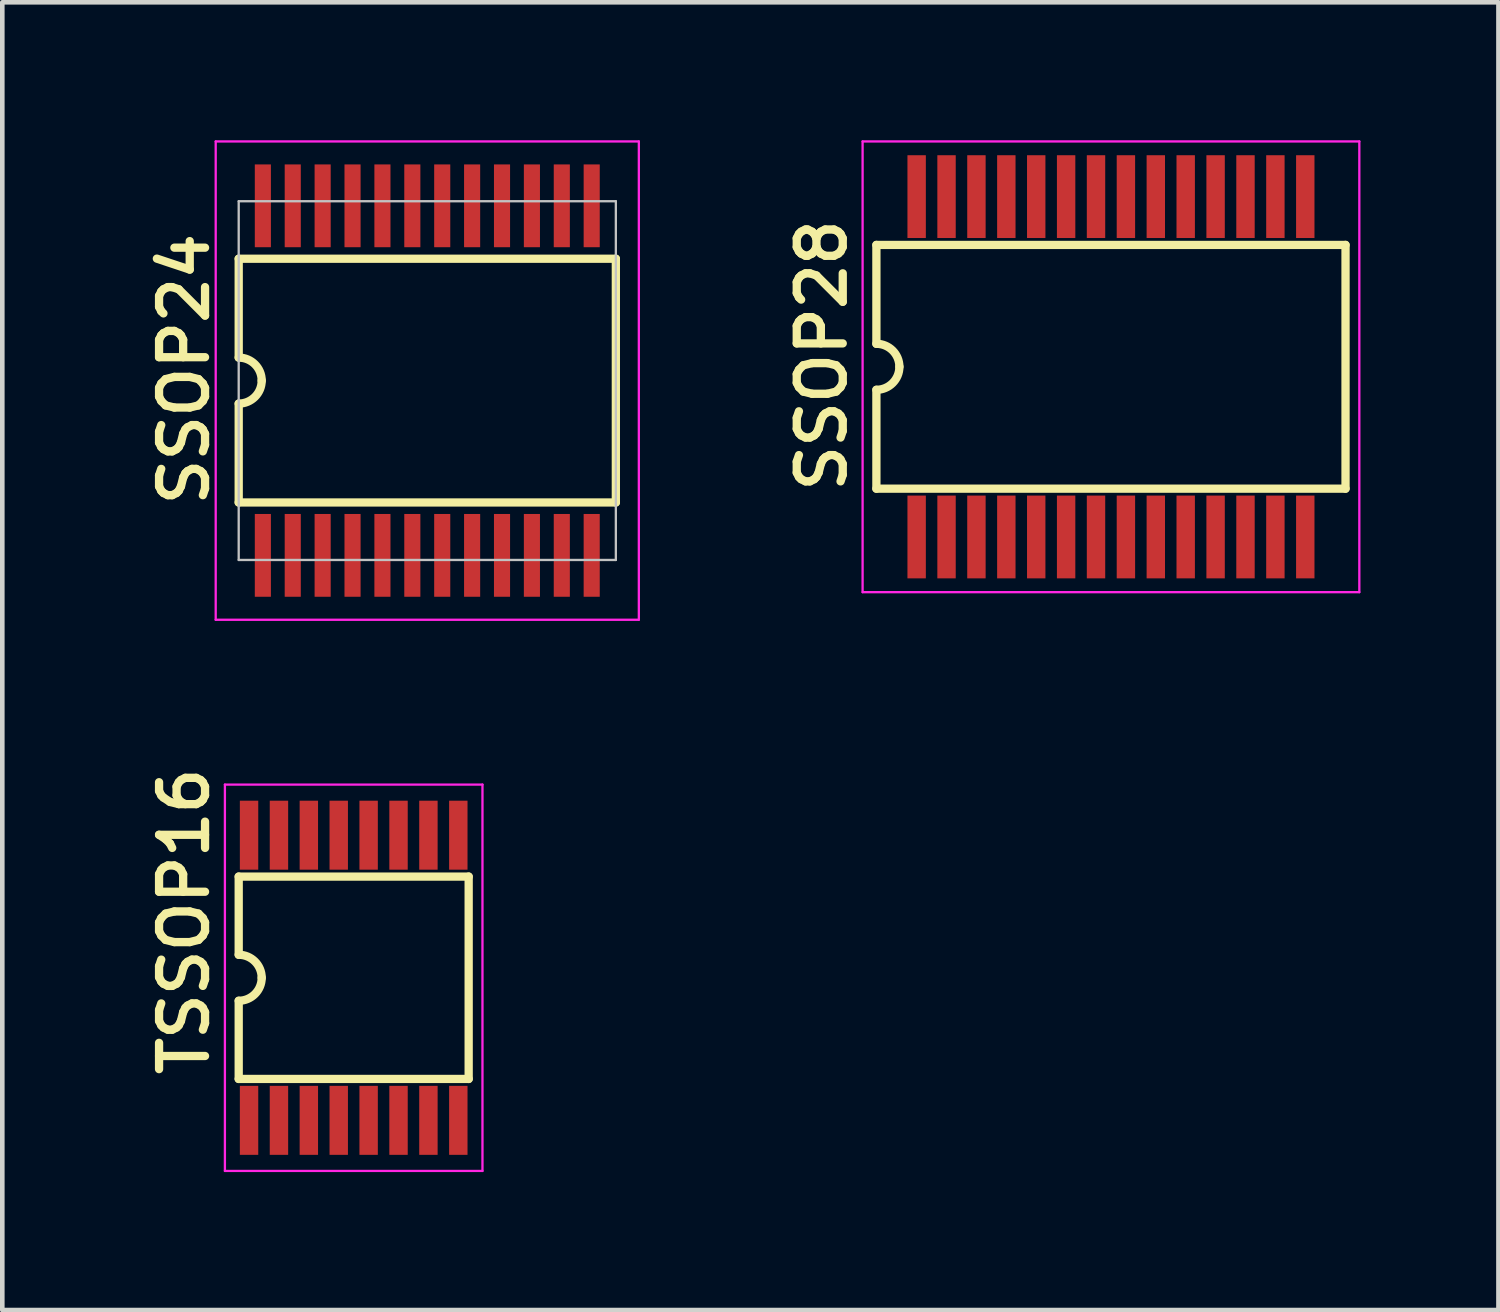
<source format=kicad_pcb>
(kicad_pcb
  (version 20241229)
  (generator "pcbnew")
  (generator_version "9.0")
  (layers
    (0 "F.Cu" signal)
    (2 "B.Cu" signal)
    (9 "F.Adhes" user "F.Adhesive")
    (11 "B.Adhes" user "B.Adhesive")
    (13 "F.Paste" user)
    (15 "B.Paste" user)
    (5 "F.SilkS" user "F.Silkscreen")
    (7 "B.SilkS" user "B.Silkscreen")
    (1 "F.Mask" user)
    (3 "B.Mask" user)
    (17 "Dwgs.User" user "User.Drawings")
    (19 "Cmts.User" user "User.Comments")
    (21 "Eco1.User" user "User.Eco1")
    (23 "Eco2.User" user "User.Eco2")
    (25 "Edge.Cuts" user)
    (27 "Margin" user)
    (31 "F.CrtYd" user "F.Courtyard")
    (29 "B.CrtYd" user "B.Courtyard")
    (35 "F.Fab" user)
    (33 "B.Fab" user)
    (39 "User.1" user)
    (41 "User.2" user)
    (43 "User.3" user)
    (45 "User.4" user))
  (footprint "SSOP28"
    (layer "F.Cu")
    (at 21.105 4.925)
    (property "Reference" "SSOP28" (at -5.7 2.8 90) (layer "F.SilkS") (effects (font (size 1 1) (thickness 0.18)) (justify left bottom)))
    (attr through_hole)
    (fp_line (start -5.1 -2.65) (end 5.1 -2.65) (stroke (width 0.18) (type solid)) (layer "F.SilkS"))
    (fp_line (start -5.1 -0.5) (end -5.1 -2.65) (stroke (width 0.18) (type solid)) (layer "F.SilkS"))
    (fp_line (start -5.1 0.5) (end -5.1 2.65) (stroke (width 0.18) (type solid)) (layer "F.SilkS"))
    (fp_line (start 5.1 -2.65) (end 5.1 2.65) (stroke (width 0.18) (type solid)) (layer "F.SilkS"))
    (fp_line (start 5.1 2.65) (end -5.1 2.65) (stroke (width 0.18) (type solid)) (layer "F.SilkS"))
    (fp_arc (start -5.1 -0.5) (mid -4.746447 -0.353553) (end -4.6 0) (stroke (width 0.18) (type solid)) (layer "F.SilkS"))
    (fp_arc (start -4.6 0) (mid -4.746447 0.353553) (end -5.1 0.5) (stroke (width 0.18) (type solid)) (layer "F.SilkS"))
    (fp_line (start -5.4 -4.9) (end 5.4 -4.9) (stroke (width 0.05) (type solid)) (layer "F.CrtYd"))
    (fp_line (start -5.4 4.9) (end -5.4 -4.9) (stroke (width 0.05) (type solid)) (layer "F.CrtYd"))
    (fp_line (start 5.4 -4.9) (end 5.4 4.9) (stroke (width 0.05) (type solid)) (layer "F.CrtYd"))
    (fp_line (start 5.4 4.9) (end -5.4 4.9) (stroke (width 0.05) (type solid)) (layer "F.CrtYd"))
    (pad "1" smd rect (at -4.225 3.7) (size 0.4 1.8) (layers "F.Cu" "F.Mask" "F.Paste"))
    (pad "2" smd rect (at -3.575 3.7) (size 0.4 1.8) (layers "F.Cu" "F.Mask" "F.Paste"))
    (pad "3" smd rect (at -2.925 3.7) (size 0.4 1.8) (layers "F.Cu" "F.Mask" "F.Paste"))
    (pad "4" smd rect (at -2.275 3.7) (size 0.4 1.8) (layers "F.Cu" "F.Mask" "F.Paste"))
    (pad "5" smd rect (at -1.625 3.7) (size 0.4 1.8) (layers "F.Cu" "F.Mask" "F.Paste"))
    (pad "6" smd rect (at -0.975 3.7) (size 0.4 1.8) (layers "F.Cu" "F.Mask" "F.Paste"))
    (pad "7" smd rect (at -0.325 3.7) (size 0.4 1.8) (layers "F.Cu" "F.Mask" "F.Paste"))
    (pad "8" smd rect (at 0.325 3.7) (size 0.4 1.8) (layers "F.Cu" "F.Mask" "F.Paste"))
    (pad "9" smd rect (at 0.975 3.7) (size 0.4 1.8) (layers "F.Cu" "F.Mask" "F.Paste"))
    (pad "10" smd rect (at 1.625 3.7) (size 0.4 1.8) (layers "F.Cu" "F.Mask" "F.Paste"))
    (pad "11" smd rect (at 2.275 3.7) (size 0.4 1.8) (layers "F.Cu" "F.Mask" "F.Paste"))
    (pad "12" smd rect (at 2.925 3.7) (size 0.4 1.8) (layers "F.Cu" "F.Mask" "F.Paste"))
    (pad "13" smd rect (at 3.575 3.7) (size 0.4 1.8) (layers "F.Cu" "F.Mask" "F.Paste"))
    (pad "14" smd rect (at 4.225 3.7) (size 0.4 1.8) (layers "F.Cu" "F.Mask" "F.Paste"))
    (pad "15" smd rect (at 4.225 -3.7) (size 0.4 1.8) (layers "F.Cu" "F.Mask" "F.Paste"))
    (pad "16" smd rect (at 3.575 -3.7) (size 0.4 1.8) (layers "F.Cu" "F.Mask" "F.Paste"))
    (pad "17" smd rect (at 2.925 -3.7) (size 0.4 1.8) (layers "F.Cu" "F.Mask" "F.Paste"))
    (pad "18" smd rect (at 2.275 -3.7) (size 0.4 1.8) (layers "F.Cu" "F.Mask" "F.Paste"))
    (pad "19" smd rect (at 1.625 -3.7) (size 0.4 1.8) (layers "F.Cu" "F.Mask" "F.Paste"))
    (pad "20" smd rect (at 0.975 -3.7) (size 0.4 1.8) (layers "F.Cu" "F.Mask" "F.Paste"))
    (pad "21" smd rect (at 0.325 -3.7) (size 0.4 1.8) (layers "F.Cu" "F.Mask" "F.Paste"))
    (pad "22" smd rect (at -0.325 -3.7) (size 0.4 1.8) (layers "F.Cu" "F.Mask" "F.Paste"))
    (pad "23" smd rect (at -0.975 -3.7) (size 0.4 1.8) (layers "F.Cu" "F.Mask" "F.Paste"))
    (pad "24" smd rect (at -1.625 -3.7) (size 0.4 1.8) (layers "F.Cu" "F.Mask" "F.Paste"))
    (pad "25" smd rect (at -2.275 -3.7) (size 0.4 1.8) (layers "F.Cu" "F.Mask" "F.Paste"))
    (pad "26" smd rect (at -2.925 -3.7) (size 0.4 1.8) (layers "F.Cu" "F.Mask" "F.Paste"))
    (pad "27" smd rect (at -3.575 -3.7) (size 0.4 1.8) (layers "F.Cu" "F.Mask" "F.Paste"))
    (pad "28" smd rect (at -4.225 -3.7) (size 0.4 1.8) (layers "F.Cu" "F.Mask" "F.Paste")))
  (footprint "TSSOP16"
    (layer "F.Cu")
    (at 4.64 18.209)
    (property "Reference" "TSSOP16" (at -3.1 2.2 90) (layer "F.SilkS") (effects (font (size 1 1) (thickness 0.18)) (justify left bottom)))
    (attr through_hole)
    (fp_line (start -2.5 -2.2) (end 2.5 -2.2) (stroke (width 0.18) (type solid)) (layer "F.SilkS"))
    (fp_line (start -2.5 -0.5) (end -2.5 -2.2) (stroke (width 0.18) (type solid)) (layer "F.SilkS"))
    (fp_line (start -2.5 0.5) (end -2.5 2.2) (stroke (width 0.18) (type solid)) (layer "F.SilkS"))
    (fp_line (start 2.5 -2.2) (end 2.5 2.2) (stroke (width 0.18) (type solid)) (layer "F.SilkS"))
    (fp_line (start 2.5 2.2) (end -2.5 2.2) (stroke (width 0.18) (type solid)) (layer "F.SilkS"))
    (fp_arc (start -2.5 -0.5) (mid -2.146447 -0.353553) (end -2 0) (stroke (width 0.18) (type solid)) (layer "F.SilkS"))
    (fp_arc (start -2 0) (mid -2.146447 0.353553) (end -2.5 0.5) (stroke (width 0.18) (type solid)) (layer "F.SilkS"))
    (fp_line (start -2.8 -4.2) (end 2.8 -4.2) (stroke (width 0.05) (type solid)) (layer "F.CrtYd"))
    (fp_line (start -2.8 4.2) (end -2.8 -4.2) (stroke (width 0.05) (type solid)) (layer "F.CrtYd"))
    (fp_line (start 2.8 -4.2) (end 2.8 4.2) (stroke (width 0.05) (type solid)) (layer "F.CrtYd"))
    (fp_line (start 2.8 4.2) (end -2.8 4.2) (stroke (width 0.05) (type solid)) (layer "F.CrtYd"))
    (pad "1" smd rect (at -2.275 3.1) (size 0.4 1.5) (layers "F.Cu" "F.Mask" "F.Paste"))
    (pad "2" smd rect (at -1.625 3.1) (size 0.4 1.5) (layers "F.Cu" "F.Mask" "F.Paste"))
    (pad "3" smd rect (at -0.975 3.1) (size 0.4 1.5) (layers "F.Cu" "F.Mask" "F.Paste"))
    (pad "4" smd rect (at -0.325 3.1) (size 0.4 1.5) (layers "F.Cu" "F.Mask" "F.Paste"))
    (pad "5" smd rect (at 0.325 3.1) (size 0.4 1.5) (layers "F.Cu" "F.Mask" "F.Paste"))
    (pad "6" smd rect (at 0.975 3.1) (size 0.4 1.5) (layers "F.Cu" "F.Mask" "F.Paste"))
    (pad "7" smd rect (at 1.625 3.1) (size 0.4 1.5) (layers "F.Cu" "F.Mask" "F.Paste"))
    (pad "8" smd rect (at 2.275 3.1) (size 0.4 1.5) (layers "F.Cu" "F.Mask" "F.Paste"))
    (pad "9" smd rect (at 2.275 -3.1) (size 0.4 1.5) (layers "F.Cu" "F.Mask" "F.Paste"))
    (pad "10" smd rect (at 1.625 -3.1) (size 0.4 1.5) (layers "F.Cu" "F.Mask" "F.Paste"))
    (pad "11" smd rect (at 0.975 -3.1) (size 0.4 1.5) (layers "F.Cu" "F.Mask" "F.Paste"))
    (pad "12" smd rect (at 0.325 -3.1) (size 0.4 1.5) (layers "F.Cu" "F.Mask" "F.Paste"))
    (pad "13" smd rect (at -0.325 -3.1) (size 0.4 1.5) (layers "F.Cu" "F.Mask" "F.Paste"))
    (pad "14" smd rect (at -0.975 -3.1) (size 0.4 1.5) (layers "F.Cu" "F.Mask" "F.Paste"))
    (pad "15" smd rect (at -1.625 -3.1) (size 0.4 1.5) (layers "F.Cu" "F.Mask" "F.Paste"))
    (pad "16" smd rect (at -2.275 -3.1) (size 0.4 1.5) (layers "F.Cu" "F.Mask" "F.Paste")))
  (footprint "SSOP24"
    (layer "F.Cu")
    (at 6.24 5.225)
    (property "Reference" "SSOP24" (at -4.7 2.8 90) (layer "F.SilkS") (effects (font (size 1 1) (thickness 0.18)) (justify left bottom)))
    (attr through_hole)
    (fp_line (start -4.1 -2.65) (end 4.1 -2.65) (stroke (width 0.18) (type solid)) (layer "F.SilkS"))
    (fp_line (start -4.1 -0.5) (end -4.1 -2.65) (stroke (width 0.18) (type solid)) (layer "F.SilkS"))
    (fp_line (start -4.1 0.5) (end -4.1 2.65) (stroke (width 0.18) (type solid)) (layer "F.SilkS"))
    (fp_line (start 4.1 -2.65) (end 4.1 2.65) (stroke (width 0.18) (type solid)) (layer "F.SilkS"))
    (fp_line (start 4.1 2.65) (end -4.1 2.65) (stroke (width 0.18) (type solid)) (layer "F.SilkS"))
    (fp_arc (start -4.1 -0.5) (mid -3.746447 -0.353553) (end -3.6 0) (stroke (width 0.18) (type solid)) (layer "F.SilkS"))
    (fp_arc (start -3.6 0) (mid -3.746447 0.353553) (end -4.1 0.5) (stroke (width 0.18) (type solid)) (layer "F.SilkS"))
    (fp_line (start -4.1 -3.9) (end 4.1 -3.9) (stroke (width 0.05) (type solid)) (layer "Dwgs.User"))
    (fp_line (start -4.1 3.9) (end -4.1 -3.9) (stroke (width 0.05) (type solid)) (layer "Dwgs.User"))
    (fp_line (start 4.1 -3.9) (end 4.1 3.9) (stroke (width 0.05) (type solid)) (layer "Dwgs.User"))
    (fp_line (start 4.1 3.9) (end -4.1 3.9) (stroke (width 0.05) (type solid)) (layer "Dwgs.User"))
    (fp_line (start -4.6 -5.2) (end 4.6 -5.2) (stroke (width 0.05) (type solid)) (layer "F.CrtYd"))
    (fp_line (start -4.6 5.2) (end -4.6 -5.2) (stroke (width 0.05) (type solid)) (layer "F.CrtYd"))
    (fp_line (start 4.6 -5.2) (end 4.6 5.2) (stroke (width 0.05) (type solid)) (layer "F.CrtYd"))
    (fp_line (start 4.6 5.2) (end -4.6 5.2) (stroke (width 0.05) (type solid)) (layer "F.CrtYd"))
    (pad "1" smd rect (at -3.575 3.8) (size 0.35 1.8) (layers "F.Cu" "F.Mask" "F.Paste"))
    (pad "2" smd rect (at -2.925 3.8) (size 0.35 1.8) (layers "F.Cu" "F.Mask" "F.Paste"))
    (pad "3" smd rect (at -2.275 3.8) (size 0.35 1.8) (layers "F.Cu" "F.Mask" "F.Paste"))
    (pad "4" smd rect (at -1.625 3.8) (size 0.35 1.8) (layers "F.Cu" "F.Mask" "F.Paste"))
    (pad "5" smd rect (at -0.975 3.8) (size 0.35 1.8) (layers "F.Cu" "F.Mask" "F.Paste"))
    (pad "6" smd rect (at -0.325 3.8) (size 0.35 1.8) (layers "F.Cu" "F.Mask" "F.Paste"))
    (pad "7" smd rect (at 0.325 3.8) (size 0.35 1.8) (layers "F.Cu" "F.Mask" "F.Paste"))
    (pad "8" smd rect (at 0.975 3.8) (size 0.35 1.8) (layers "F.Cu" "F.Mask" "F.Paste"))
    (pad "9" smd rect (at 1.625 3.8) (size 0.35 1.8) (layers "F.Cu" "F.Mask" "F.Paste"))
    (pad "10" smd rect (at 2.275 3.8) (size 0.35 1.8) (layers "F.Cu" "F.Mask" "F.Paste"))
    (pad "11" smd rect (at 2.925 3.8) (size 0.35 1.8) (layers "F.Cu" "F.Mask" "F.Paste"))
    (pad "12" smd rect (at 3.575 3.8) (size 0.35 1.8) (layers "F.Cu" "F.Mask" "F.Paste"))
    (pad "13" smd rect (at 3.575 -3.8) (size 0.35 1.8) (layers "F.Cu" "F.Mask" "F.Paste"))
    (pad "14" smd rect (at 2.925 -3.8) (size 0.35 1.8) (layers "F.Cu" "F.Mask" "F.Paste"))
    (pad "15" smd rect (at 2.275 -3.8) (size 0.35 1.8) (layers "F.Cu" "F.Mask" "F.Paste"))
    (pad "16" smd rect (at 1.625 -3.8) (size 0.35 1.8) (layers "F.Cu" "F.Mask" "F.Paste"))
    (pad "17" smd rect (at 0.975 -3.8) (size 0.35 1.8) (layers "F.Cu" "F.Mask" "F.Paste"))
    (pad "18" smd rect (at 0.325 -3.8) (size 0.35 1.8) (layers "F.Cu" "F.Mask" "F.Paste"))
    (pad "19" smd rect (at -0.325 -3.8) (size 0.35 1.8) (layers "F.Cu" "F.Mask" "F.Paste"))
    (pad "20" smd rect (at -0.975 -3.8) (size 0.35 1.8) (layers "F.Cu" "F.Mask" "F.Paste"))
    (pad "21" smd rect (at -1.625 -3.8) (size 0.35 1.8) (layers "F.Cu" "F.Mask" "F.Paste"))
    (pad "22" smd rect (at -2.275 -3.8) (size 0.35 1.8) (layers "F.Cu" "F.Mask" "F.Paste"))
    (pad "23" smd rect (at -2.925 -3.8) (size 0.35 1.8) (layers "F.Cu" "F.Mask" "F.Paste"))
    (pad "24" smd rect (at -3.575 -3.8) (size 0.35 1.8) (layers "F.Cu" "F.Mask" "F.Paste")))
  (gr_rect
    (start -3 -3)
    (end 29.53 25.434)
    (stroke (width 0.1) (type default))
    (fill no)
    (layer "Edge.Cuts")))
</source>
